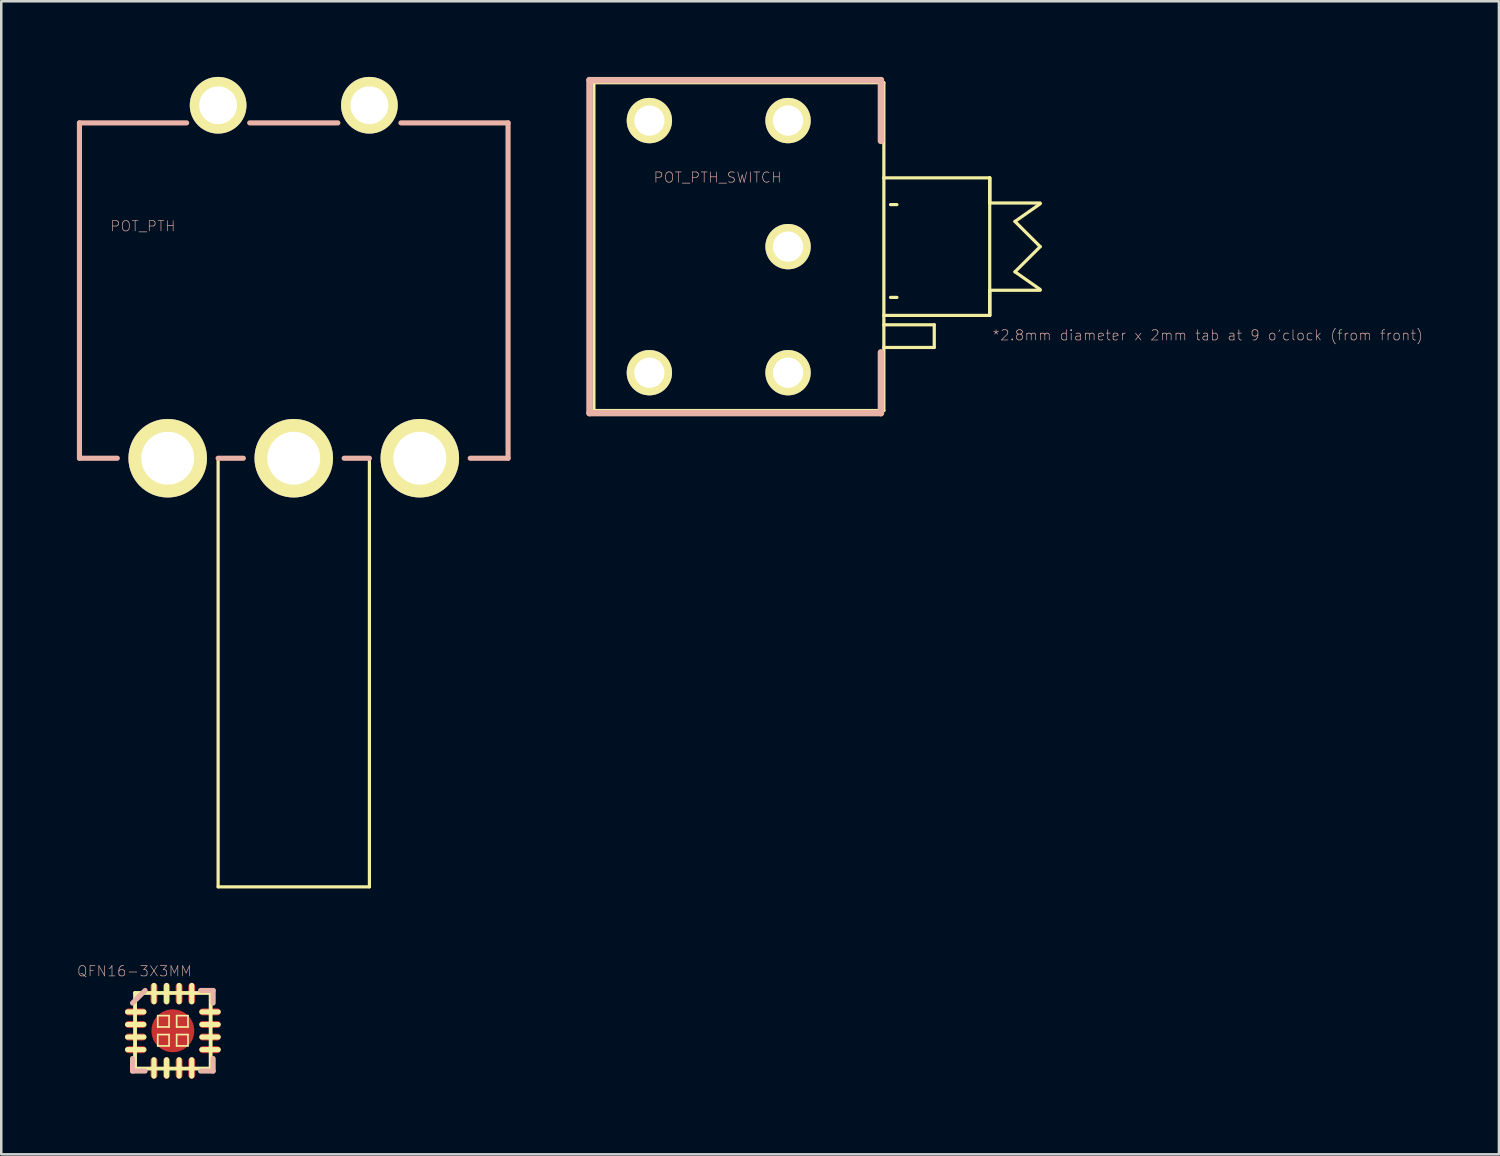
<source format=kicad_pcb>
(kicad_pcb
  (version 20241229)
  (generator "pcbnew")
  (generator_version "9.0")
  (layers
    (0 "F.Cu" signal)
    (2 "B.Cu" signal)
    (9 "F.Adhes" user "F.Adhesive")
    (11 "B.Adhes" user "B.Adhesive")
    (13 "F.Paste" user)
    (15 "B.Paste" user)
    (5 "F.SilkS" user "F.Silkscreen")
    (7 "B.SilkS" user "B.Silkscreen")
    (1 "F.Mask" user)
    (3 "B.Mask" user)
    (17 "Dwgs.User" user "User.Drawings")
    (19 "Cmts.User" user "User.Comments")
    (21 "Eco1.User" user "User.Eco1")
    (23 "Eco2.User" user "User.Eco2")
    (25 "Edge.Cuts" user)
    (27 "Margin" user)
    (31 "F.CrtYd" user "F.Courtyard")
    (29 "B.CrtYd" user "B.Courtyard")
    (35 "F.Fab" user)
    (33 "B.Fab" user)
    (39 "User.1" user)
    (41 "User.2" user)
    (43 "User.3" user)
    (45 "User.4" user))
  (footprint "QFN16-3X3MM"
    (layer "F.Cu")
    (at 3.805 37.828)
    (property "Reference" "QFN16-3X3MM" (at -1.524 -2.362 0) (layer "B.SilkS") (effects (font (size 0.406 0.406) (thickness 0.025))))
    (attr smd)
    (fp_line (start -1.798 -0.749) (end -1.148 -0.749) (stroke (width 0.203) (type solid)) (layer "F.SilkS"))
    (fp_line (start -1.798 -0.249) (end -1.148 -0.249) (stroke (width 0.203) (type solid)) (layer "F.SilkS"))
    (fp_line (start -1.798 0.249) (end -1.148 0.249) (stroke (width 0.203) (type solid)) (layer "F.SilkS"))
    (fp_line (start -1.798 0.749) (end -1.148 0.749) (stroke (width 0.203) (type solid)) (layer "F.SilkS"))
    (fp_line (start -1.499 -1.499) (end -1.499 1.499) (stroke (width 0.152) (type solid)) (layer "F.SilkS"))
    (fp_line (start -1.499 1.499) (end 1.499 1.499) (stroke (width 0.152) (type solid)) (layer "F.SilkS"))
    (fp_line (start -0.749 -1.798) (end -0.749 -1.148) (stroke (width 0.203) (type solid)) (layer "F.SilkS"))
    (fp_line (start -0.749 1.798) (end -0.749 1.148) (stroke (width 0.203) (type solid)) (layer "F.SilkS"))
    (fp_line (start -0.599 -0.599) (end -0.15 -0.599) (stroke (width 0.066) (type solid)) (layer "F.SilkS"))
    (fp_line (start -0.599 -0.15) (end -0.599 -0.599) (stroke (width 0.066) (type solid)) (layer "F.SilkS"))
    (fp_line (start -0.599 -0.15) (end -0.15 -0.15) (stroke (width 0.066) (type solid)) (layer "F.SilkS"))
    (fp_line (start -0.599 0.15) (end -0.15 0.15) (stroke (width 0.066) (type solid)) (layer "F.SilkS"))
    (fp_line (start -0.599 0.599) (end -0.599 0.15) (stroke (width 0.066) (type solid)) (layer "F.SilkS"))
    (fp_line (start -0.599 0.599) (end -0.15 0.599) (stroke (width 0.066) (type solid)) (layer "F.SilkS"))
    (fp_line (start -0.249 -1.798) (end -0.249 -1.148) (stroke (width 0.203) (type solid)) (layer "F.SilkS"))
    (fp_line (start -0.249 1.798) (end -0.249 1.148) (stroke (width 0.203) (type solid)) (layer "F.SilkS"))
    (fp_line (start -0.15 -0.15) (end -0.15 -0.599) (stroke (width 0.066) (type solid)) (layer "F.SilkS"))
    (fp_line (start -0.15 0.599) (end -0.15 0.15) (stroke (width 0.066) (type solid)) (layer "F.SilkS"))
    (fp_line (start 0.15 -0.599) (end 0.599 -0.599) (stroke (width 0.066) (type solid)) (layer "F.SilkS"))
    (fp_line (start 0.15 -0.15) (end 0.15 -0.599) (stroke (width 0.066) (type solid)) (layer "F.SilkS"))
    (fp_line (start 0.15 -0.15) (end 0.599 -0.15) (stroke (width 0.066) (type solid)) (layer "F.SilkS"))
    (fp_line (start 0.15 0.15) (end 0.599 0.15) (stroke (width 0.066) (type solid)) (layer "F.SilkS"))
    (fp_line (start 0.15 0.599) (end 0.15 0.15) (stroke (width 0.066) (type solid)) (layer "F.SilkS"))
    (fp_line (start 0.15 0.599) (end 0.599 0.599) (stroke (width 0.066) (type solid)) (layer "F.SilkS"))
    (fp_line (start 0.249 -1.798) (end 0.249 -1.148) (stroke (width 0.203) (type solid)) (layer "F.SilkS"))
    (fp_line (start 0.249 1.798) (end 0.249 1.148) (stroke (width 0.203) (type solid)) (layer "F.SilkS"))
    (fp_line (start 0.599 -0.15) (end 0.599 -0.599) (stroke (width 0.066) (type solid)) (layer "F.SilkS"))
    (fp_line (start 0.599 0.599) (end 0.599 0.15) (stroke (width 0.066) (type solid)) (layer "F.SilkS"))
    (fp_line (start 0.749 -1.798) (end 0.749 -1.148) (stroke (width 0.203) (type solid)) (layer "F.SilkS"))
    (fp_line (start 0.749 1.798) (end 0.749 1.148) (stroke (width 0.203) (type solid)) (layer "F.SilkS"))
    (fp_line (start 1.499 -1.499) (end -1.499 -1.499) (stroke (width 0.152) (type solid)) (layer "F.SilkS"))
    (fp_line (start 1.499 1.499) (end 1.499 -1.499) (stroke (width 0.152) (type solid)) (layer "F.SilkS"))
    (fp_line (start 1.798 -0.749) (end 1.148 -0.749) (stroke (width 0.203) (type solid)) (layer "F.SilkS"))
    (fp_line (start 1.798 -0.249) (end 1.148 -0.249) (stroke (width 0.203) (type solid)) (layer "F.SilkS"))
    (fp_line (start 1.798 0.249) (end 1.148 0.249) (stroke (width 0.203) (type solid)) (layer "F.SilkS"))
    (fp_line (start 1.798 0.749) (end 1.148 0.749) (stroke (width 0.203) (type solid)) (layer "F.SilkS"))
    (fp_line (start -1.598 -1.1) (end -1.1 -1.598) (stroke (width 0.203) (type solid)) (layer "B.SilkS"))
    (fp_line (start -1.598 1.598) (end -1.598 1.1) (stroke (width 0.203) (type solid)) (layer "B.SilkS"))
    (fp_line (start -1.1 1.598) (end -1.598 1.598) (stroke (width 0.203) (type solid)) (layer "B.SilkS"))
    (fp_line (start 1.1 -1.598) (end 1.598 -1.598) (stroke (width 0.203) (type solid)) (layer "B.SilkS"))
    (fp_line (start 1.598 -1.598) (end 1.598 -1.1) (stroke (width 0.203) (type solid)) (layer "B.SilkS"))
    (fp_line (start 1.598 1.1) (end 1.598 1.598) (stroke (width 0.203) (type solid)) (layer "B.SilkS"))
    (fp_line (start 1.598 1.598) (end 1.1 1.598) (stroke (width 0.203) (type solid)) (layer "B.SilkS"))
    (pad "1" smd oval (at -1.473 -0.749) (size 0.848 0.279) (layers "F.Cu" "F.Mask" "F.Paste"))
    (pad "2" smd oval (at -1.473 -0.249) (size 0.848 0.279) (layers "F.Cu" "F.Mask" "F.Paste"))
    (pad "3" smd oval (at -1.473 0.249) (size 0.848 0.279) (layers "F.Cu" "F.Mask" "F.Paste"))
    (pad "4" smd oval (at -1.473 0.749) (size 0.848 0.279) (layers "F.Cu" "F.Mask" "F.Paste"))
    (pad "5" smd oval (at -0.749 1.473 90) (size 0.848 0.279) (layers "F.Cu" "F.Mask" "F.Paste"))
    (pad "6" smd oval (at -0.249 1.473 90) (size 0.848 0.279) (layers "F.Cu" "F.Mask" "F.Paste"))
    (pad "7" smd oval (at 0.249 1.473 90) (size 0.848 0.279) (layers "F.Cu" "F.Mask" "F.Paste"))
    (pad "8" smd oval (at 0.749 1.473 90) (size 0.848 0.279) (layers "F.Cu" "F.Mask" "F.Paste"))
    (pad "9" smd oval (at 1.473 0.749 180) (size 0.848 0.279) (layers "F.Cu" "F.Mask" "F.Paste"))
    (pad "10" smd oval (at 1.473 0.249 180) (size 0.848 0.279) (layers "F.Cu" "F.Mask" "F.Paste"))
    (pad "11" smd oval (at 1.473 -0.249 180) (size 0.848 0.279) (layers "F.Cu" "F.Mask" "F.Paste"))
    (pad "12" smd oval (at 1.473 -0.749 180) (size 0.848 0.279) (layers "F.Cu" "F.Mask" "F.Paste"))
    (pad "13" smd oval (at 0.749 -1.473 270) (size 0.848 0.279) (layers "F.Cu" "F.Mask" "F.Paste"))
    (pad "14" smd oval (at 0.249 -1.473 270) (size 0.848 0.279) (layers "F.Cu" "F.Mask" "F.Paste"))
    (pad "15" smd oval (at -0.249 -1.473 270) (size 0.848 0.279) (layers "F.Cu" "F.Mask" "F.Paste"))
    (pad "16" smd oval (at -0.749 -1.473 270) (size 0.848 0.279) (layers "F.Cu" "F.Mask" "F.Paste"))
    (pad "EXT" smd oval (at 0 0) (size 1.699 1.699) (layers "F.Cu" "F.Mask" "F.Paste")))
  (footprint "POT_PTH_SWITCH"
    (layer "F.Cu")
    (at 28.202 6.731)
    (property "Reference" "POT_PTH_SWITCH" (at -2.794 -2.743 0) (layer "B.SilkS") (effects (font (size 0.406 0.406) (thickness 0.025))))
    (attr exclude_from_pos_files exclude_from_bom)
    (fp_line (start -7.699 -6.5) (end -7.699 6.5) (stroke (width 0.127) (type solid)) (layer "F.SilkS"))
    (fp_line (start -7.699 -6.5) (end 3.8 -6.5) (stroke (width 0.127) (type solid)) (layer "F.SilkS"))
    (fp_line (start -7.699 6.5) (end 3.8 6.5) (stroke (width 0.127) (type solid)) (layer "F.SilkS"))
    (fp_line (start 3.8 -6.5) (end 3.8 -2.728) (stroke (width 0.127) (type solid)) (layer "F.SilkS"))
    (fp_line (start 3.8 -2.728) (end 3.8 2.728) (stroke (width 0.127) (type solid)) (layer "F.SilkS"))
    (fp_line (start 3.8 -2.728) (end 7.998 -2.728) (stroke (width 0.127) (type solid)) (layer "F.SilkS"))
    (fp_line (start 3.8 2.728) (end 3.8 3.099) (stroke (width 0.127) (type solid)) (layer "F.SilkS"))
    (fp_line (start 3.8 3.099) (end 3.8 3.998) (stroke (width 0.127) (type solid)) (layer "F.SilkS"))
    (fp_line (start 3.8 3.099) (end 5.799 3.099) (stroke (width 0.127) (type solid)) (layer "F.SilkS"))
    (fp_line (start 3.8 3.998) (end 3.8 6.5) (stroke (width 0.127) (type solid)) (layer "F.SilkS"))
    (fp_line (start 4.318 -1.666) (end 4.064 -1.666) (stroke (width 0.127) (type solid)) (layer "F.SilkS"))
    (fp_line (start 4.318 2.014) (end 4.064 2.014) (stroke (width 0.127) (type solid)) (layer "F.SilkS"))
    (fp_line (start 5.799 3.099) (end 5.799 3.998) (stroke (width 0.127) (type solid)) (layer "F.SilkS"))
    (fp_line (start 5.799 3.998) (end 3.8 3.998) (stroke (width 0.127) (type solid)) (layer "F.SilkS"))
    (fp_line (start 7.998 -2.728) (end 7.998 -1.73) (stroke (width 0.127) (type solid)) (layer "F.SilkS"))
    (fp_line (start 7.998 -2.728) (end 7.998 -1.73) (stroke (width 0.127) (type solid)) (layer "F.SilkS"))
    (fp_line (start 7.998 -1.73) (end 7.998 -2.728) (stroke (width 0.127) (type solid)) (layer "F.SilkS"))
    (fp_line (start 7.998 -1.73) (end 7.998 1.73) (stroke (width 0.127) (type solid)) (layer "F.SilkS"))
    (fp_line (start 7.998 -1.73) (end 10 -1.73) (stroke (width 0.127) (type solid)) (layer "F.SilkS"))
    (fp_line (start 7.998 1.73) (end 7.998 2.728) (stroke (width 0.127) (type solid)) (layer "F.SilkS"))
    (fp_line (start 7.998 1.73) (end 7.998 2.728) (stroke (width 0.127) (type solid)) (layer "F.SilkS"))
    (fp_line (start 7.998 2.728) (end 3.8 2.728) (stroke (width 0.127) (type solid)) (layer "F.SilkS"))
    (fp_line (start 7.998 2.728) (end 7.998 1.73) (stroke (width 0.127) (type solid)) (layer "F.SilkS"))
    (fp_line (start 8.999 -0.998) (end 10 0) (stroke (width 0.127) (type solid)) (layer "F.SilkS"))
    (fp_line (start 8.999 0.998) (end 10 1.699) (stroke (width 0.127) (type solid)) (layer "F.SilkS"))
    (fp_line (start 10 -1.699) (end 8.999 -0.998) (stroke (width 0.127) (type solid)) (layer "F.SilkS"))
    (fp_line (start 10 0) (end 8.999 0.998) (stroke (width 0.127) (type solid)) (layer "F.SilkS"))
    (fp_line (start 10 1.73) (end 7.998 1.73) (stroke (width 0.127) (type solid)) (layer "F.SilkS"))
    (fp_line (start -7.874 -6.604) (end 3.683 -6.604) (stroke (width 0.254) (type solid)) (layer "B.SilkS"))
    (fp_line (start -7.874 6.604) (end -7.874 -6.604) (stroke (width 0.254) (type solid)) (layer "B.SilkS"))
    (fp_line (start -7.874 6.604) (end 3.683 6.604) (stroke (width 0.254) (type solid)) (layer "B.SilkS"))
    (fp_line (start 3.683 -6.604) (end 3.683 -4.191) (stroke (width 0.254) (type solid)) (layer "B.SilkS"))
    (fp_line (start 3.683 6.604) (end 3.683 4.191) (stroke (width 0.254) (type solid)) (layer "B.SilkS"))
    (fp_text user "*2.8mm diameter x 2mm tab at 9 o'clock (from front)" (at 16.642 3.515 0) (layer "B.SilkS") (effects (font (size 0.406 0.406) (thickness 0.025))))
    (pad "1" thru_hole circle (at 0 4.999) (size 1.798 1.798) (drill 1.199) (layers "*.Cu" "F.Mask" "F.SilkS" "F.Paste"))
    (pad "2" thru_hole circle (at 0 0) (size 1.798 1.798) (drill 1.199) (layers "*.Cu" "F.Mask" "F.SilkS" "F.Paste"))
    (pad "3" thru_hole circle (at 0 -4.999) (size 1.798 1.798) (drill 1.199) (layers "*.Cu" "F.Mask" "F.SilkS" "F.Paste"))
    (pad "S1" thru_hole circle (at -5.499 -4.999) (size 1.798 1.798) (drill 1.199) (layers "*.Cu" "F.Mask" "F.SilkS" "F.Paste"))
    (pad "S2" thru_hole circle (at -5.499 4.999) (size 1.798 1.798) (drill 1.199) (layers "*.Cu" "F.Mask" "F.SilkS" "F.Paste")))
  (footprint "POT_PTH"
    (layer "F.Cu")
    (at 8.6 15.122)
    (property "Reference" "POT_PTH" (at -5.982 -9.202 0) (layer "B.SilkS") (effects (font (size 0.406 0.406) (thickness 0.025))))
    (attr exclude_from_pos_files exclude_from_bom)
    (fp_line (start -3 0) (end -3 16.998) (stroke (width 0.127) (type solid)) (layer "F.SilkS"))
    (fp_line (start -3 16.998) (end 3 16.998) (stroke (width 0.127) (type solid)) (layer "F.SilkS"))
    (fp_line (start 3 16.998) (end 3 0) (stroke (width 0.127) (type solid)) (layer "F.SilkS"))
    (fp_line (start -8.499 -13.299) (end -4.249 -13.299) (stroke (width 0.203) (type solid)) (layer "B.SilkS"))
    (fp_line (start -8.499 0) (end -8.499 -13.299) (stroke (width 0.203) (type solid)) (layer "B.SilkS"))
    (fp_line (start -8.499 0) (end -6.998 0) (stroke (width 0.203) (type solid)) (layer "B.SilkS"))
    (fp_line (start -3 0) (end -1.999 0) (stroke (width 0.203) (type solid)) (layer "B.SilkS"))
    (fp_line (start -1.748 -13.299) (end 1.748 -13.299) (stroke (width 0.203) (type solid)) (layer "B.SilkS"))
    (fp_line (start 1.999 0) (end 3 0) (stroke (width 0.203) (type solid)) (layer "B.SilkS"))
    (fp_line (start 4.249 -13.299) (end 8.499 -13.299) (stroke (width 0.203) (type solid)) (layer "B.SilkS"))
    (fp_line (start 6.998 0) (end 8.499 0) (stroke (width 0.203) (type solid)) (layer "B.SilkS"))
    (fp_line (start 8.499 -13.299) (end 8.499 0) (stroke (width 0.203) (type solid)) (layer "B.SilkS"))
    (pad "E@1" thru_hole circle (at -4.999 0) (size 3.114 3.114) (drill 2.098) (layers "*.Cu" "F.Mask" "F.SilkS" "F.Paste"))
    (pad "E@2" thru_hole circle (at 4.999 0) (size 3.114 3.114) (drill 2.098) (layers "*.Cu" "F.Mask" "F.SilkS" "F.Paste"))
    (pad "S1" thru_hole circle (at -3 -13.998) (size 2.248 2.248) (drill 1.499) (layers "*.Cu" "F.Mask" "F.SilkS" "F.Paste"))
    (pad "S2" thru_hole circle (at 3 -13.998) (size 2.248 2.248) (drill 1.499) (layers "*.Cu" "F.Mask" "F.SilkS" "F.Paste"))
    (pad "WAND" thru_hole circle (at 0 0) (size 3.114 3.114) (drill 2.098) (layers "*.Cu" "F.Mask" "F.SilkS" "F.Paste")))
  (gr_rect
    (start -3 -3)
    (end 56.395 42.728)
    (stroke (width 0.1) (type default))
    (fill no)
    (layer "Edge.Cuts")))
</source>
